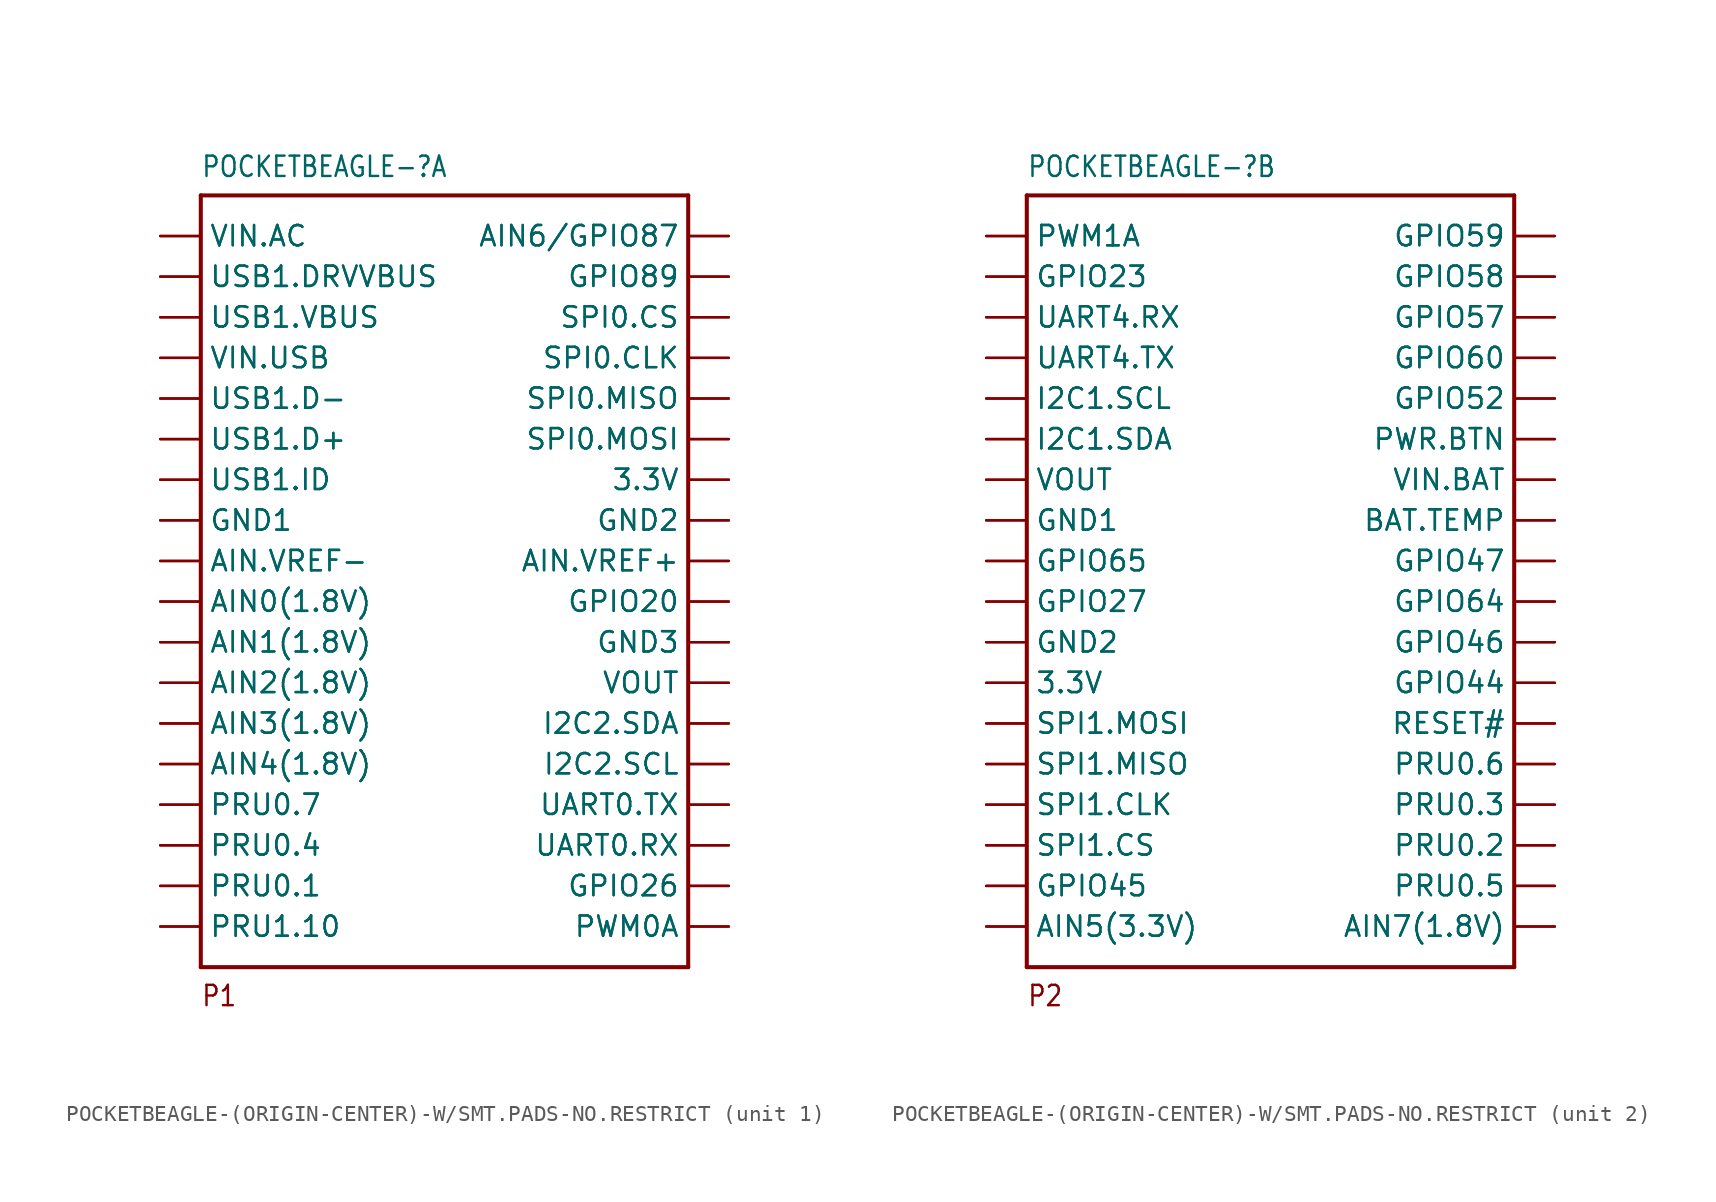
<source format=kicad_sym>
(kicad_symbol_lib
  (version 20231120)
  (generator "kicad_symbol_editor")
  (generator_version "8.0")
  (symbol "POCKETBEAGLE-(ORIGIN-CENTER)-W/SMT.PADS-NO.RESTRICT"
    (property "Reference" "POCKETBEAGLE-"
      (at -15.24 27.94 0)
      (effects (font (size 1.27 1.079)) (justify left top)))
    (property "ki_locked" ""
      (at 0 0 0)
      (effects (font (size 1.27 1.27))))
    (symbol "POCKETBEAGLE-(ORIGIN-CENTER)-W/SMT.PADS-NO.RESTRICT_1_0"
      (polyline (pts (xy -15.24 -22.86) (xy -15.24 25.4)) (stroke (width 0.254) (type solid)) (fill (type none)))
      (polyline (pts (xy -15.24 25.4) (xy 15.24 25.4)) (stroke (width 0.254) (type solid)) (fill (type none)))
      (polyline (pts (xy 15.24 -22.86) (xy -15.24 -22.86)) (stroke (width 0.254) (type solid)) (fill (type none)))
      (polyline (pts (xy 15.24 25.4) (xy 15.24 -22.86)) (stroke (width 0.254) (type solid)) (fill (type none)))
      (text "P1" (at -15.24 -25.4 0) (effects (font (size 1.27 1.079)) (justify left bottom)))
      (pin bidirectional line (at -17.78 22.86 0) (length 2.54) (name "VIN.AC" (effects (font (size 1.27 1.27)))) (number "P1.1" (effects (font (size 0 0)))))
      (pin bidirectional line (at 17.78 12.7 180) (length 2.54) (name "SPI0.MISO" (effects (font (size 1.27 1.27)))) (number "P1.10" (effects (font (size 0 0)))))
      (pin bidirectional line (at -17.78 10.16 0) (length 2.54) (name "USB1.D+" (effects (font (size 1.27 1.27)))) (number "P1.11" (effects (font (size 0 0)))))
      (pin bidirectional line (at 17.78 10.16 180) (length 2.54) (name "SPI0.MOSI" (effects (font (size 1.27 1.27)))) (number "P1.12" (effects (font (size 0 0)))))
      (pin bidirectional line (at -17.78 7.62 0) (length 2.54) (name "USB1.ID" (effects (font (size 1.27 1.27)))) (number "P1.13" (effects (font (size 0 0)))))
      (pin bidirectional line (at 17.78 7.62 180) (length 2.54) (name "3.3V" (effects (font (size 1.27 1.27)))) (number "P1.14" (effects (font (size 0 0)))))
      (pin bidirectional line (at -17.78 5.08 0) (length 2.54) (name "GND1" (effects (font (size 1.27 1.27)))) (number "P1.15" (effects (font (size 0 0)))))
      (pin bidirectional line (at 17.78 5.08 180) (length 2.54) (name "GND2" (effects (font (size 1.27 1.27)))) (number "P1.16" (effects (font (size 0 0)))))
      (pin bidirectional line (at -17.78 2.54 0) (length 2.54) (name "AIN.VREF-" (effects (font (size 1.27 1.27)))) (number "P1.17" (effects (font (size 0 0)))))
      (pin bidirectional line (at 17.78 2.54 180) (length 2.54) (name "AIN.VREF+" (effects (font (size 1.27 1.27)))) (number "P1.18" (effects (font (size 0 0)))))
      (pin bidirectional line (at -17.78 0 0) (length 2.54) (name "AIN0(1.8V)" (effects (font (size 1.27 1.27)))) (number "P1.19" (effects (font (size 0 0)))))
      (pin bidirectional line (at 17.78 22.86 180) (length 2.54) (name "AIN6/GPIO87" (effects (font (size 1.27 1.27)))) (number "P1.2" (effects (font (size 0 0)))))
      (pin bidirectional line (at 17.78 0 180) (length 2.54) (name "GPIO20" (effects (font (size 1.27 1.27)))) (number "P1.20" (effects (font (size 0 0)))))
      (pin bidirectional line (at -17.78 -2.54 0) (length 2.54) (name "AIN1(1.8V)" (effects (font (size 1.27 1.27)))) (number "P1.21" (effects (font (size 0 0)))))
      (pin bidirectional line (at 17.78 -2.54 180) (length 2.54) (name "GND3" (effects (font (size 1.27 1.27)))) (number "P1.22" (effects (font (size 0 0)))))
      (pin bidirectional line (at -17.78 -5.08 0) (length 2.54) (name "AIN2(1.8V)" (effects (font (size 1.27 1.27)))) (number "P1.23" (effects (font (size 0 0)))))
      (pin bidirectional line (at 17.78 -5.08 180) (length 2.54) (name "VOUT" (effects (font (size 1.27 1.27)))) (number "P1.24" (effects (font (size 0 0)))))
      (pin bidirectional line (at -17.78 -7.62 0) (length 2.54) (name "AIN3(1.8V)" (effects (font (size 1.27 1.27)))) (number "P1.25" (effects (font (size 0 0)))))
      (pin bidirectional line (at 17.78 -7.62 180) (length 2.54) (name "I2C2.SDA" (effects (font (size 1.27 1.27)))) (number "P1.26" (effects (font (size 0 0)))))
      (pin bidirectional line (at -17.78 -10.16 0) (length 2.54) (name "AIN4(1.8V)" (effects (font (size 1.27 1.27)))) (number "P1.27" (effects (font (size 0 0)))))
      (pin bidirectional line (at 17.78 -10.16 180) (length 2.54) (name "I2C2.SCL" (effects (font (size 1.27 1.27)))) (number "P1.28" (effects (font (size 0 0)))))
      (pin bidirectional line (at -17.78 -12.7 0) (length 2.54) (name "PRU0.7" (effects (font (size 1.27 1.27)))) (number "P1.29" (effects (font (size 0 0)))))
      (pin bidirectional line (at -17.78 20.32 0) (length 2.54) (name "USB1.DRVVBUS" (effects (font (size 1.27 1.27)))) (number "P1.3" (effects (font (size 0 0)))))
      (pin bidirectional line (at 17.78 -12.7 180) (length 2.54) (name "UART0.TX" (effects (font (size 1.27 1.27)))) (number "P1.30" (effects (font (size 0 0)))))
      (pin bidirectional line (at -17.78 -15.24 0) (length 2.54) (name "PRU0.4" (effects (font (size 1.27 1.27)))) (number "P1.31" (effects (font (size 0 0)))))
      (pin bidirectional line (at 17.78 -15.24 180) (length 2.54) (name "UART0.RX" (effects (font (size 1.27 1.27)))) (number "P1.32" (effects (font (size 0 0)))))
      (pin bidirectional line (at -17.78 -17.78 0) (length 2.54) (name "PRU0.1" (effects (font (size 1.27 1.27)))) (number "P1.33" (effects (font (size 0 0)))))
      (pin bidirectional line (at 17.78 -17.78 180) (length 2.54) (name "GPIO26" (effects (font (size 1.27 1.27)))) (number "P1.34" (effects (font (size 0 0)))))
      (pin bidirectional line (at -17.78 -20.32 0) (length 2.54) (name "PRU1.10" (effects (font (size 1.27 1.27)))) (number "P1.35" (effects (font (size 0 0)))))
      (pin bidirectional line (at 17.78 -20.32 180) (length 2.54) (name "PWM0A" (effects (font (size 1.27 1.27)))) (number "P1.36" (effects (font (size 0 0)))))
      (pin bidirectional line (at 17.78 20.32 180) (length 2.54) (name "GPIO89" (effects (font (size 1.27 1.27)))) (number "P1.4" (effects (font (size 0 0)))))
      (pin bidirectional line (at -17.78 17.78 0) (length 2.54) (name "USB1.VBUS" (effects (font (size 1.27 1.27)))) (number "P1.5" (effects (font (size 0 0)))))
      (pin bidirectional line (at 17.78 17.78 180) (length 2.54) (name "SPI0.CS" (effects (font (size 1.27 1.27)))) (number "P1.6" (effects (font (size 0 0)))))
      (pin bidirectional line (at -17.78 15.24 0) (length 2.54) (name "VIN.USB" (effects (font (size 1.27 1.27)))) (number "P1.7" (effects (font (size 0 0)))))
      (pin bidirectional line (at 17.78 15.24 180) (length 2.54) (name "SPI0.CLK" (effects (font (size 1.27 1.27)))) (number "P1.8" (effects (font (size 0 0)))))
      (pin bidirectional line (at -17.78 12.7 0) (length 2.54) (name "USB1.D-" (effects (font (size 1.27 1.27)))) (number "P1.9" (effects (font (size 0 0)))))
      (pin bidirectional line (at -17.78 22.86 0) (length 2.54) (name "VIN.AC" (effects (font (size 1.27 1.27)))) (number "SMT1.1" (effects (font (size 0 0)))))
      (pin bidirectional line (at 17.78 12.7 180) (length 2.54) (name "SPI0.MISO" (effects (font (size 1.27 1.27)))) (number "SMT1.10" (effects (font (size 0 0)))))
      (pin bidirectional line (at -17.78 10.16 0) (length 2.54) (name "USB1.D+" (effects (font (size 1.27 1.27)))) (number "SMT1.11" (effects (font (size 0 0)))))
      (pin bidirectional line (at 17.78 10.16 180) (length 2.54) (name "SPI0.MOSI" (effects (font (size 1.27 1.27)))) (number "SMT1.12" (effects (font (size 0 0)))))
      (pin bidirectional line (at -17.78 7.62 0) (length 2.54) (name "USB1.ID" (effects (font (size 1.27 1.27)))) (number "SMT1.13" (effects (font (size 0 0)))))
      (pin bidirectional line (at 17.78 7.62 180) (length 2.54) (name "3.3V" (effects (font (size 1.27 1.27)))) (number "SMT1.14" (effects (font (size 0 0)))))
      (pin bidirectional line (at -17.78 5.08 0) (length 2.54) (name "GND1" (effects (font (size 1.27 1.27)))) (number "SMT1.15" (effects (font (size 0 0)))))
      (pin bidirectional line (at 17.78 5.08 180) (length 2.54) (name "GND2" (effects (font (size 1.27 1.27)))) (number "SMT1.16" (effects (font (size 0 0)))))
      (pin bidirectional line (at -17.78 2.54 0) (length 2.54) (name "AIN.VREF-" (effects (font (size 1.27 1.27)))) (number "SMT1.17" (effects (font (size 0 0)))))
      (pin bidirectional line (at 17.78 2.54 180) (length 2.54) (name "AIN.VREF+" (effects (font (size 1.27 1.27)))) (number "SMT1.18" (effects (font (size 0 0)))))
      (pin bidirectional line (at -17.78 0 0) (length 2.54) (name "AIN0(1.8V)" (effects (font (size 1.27 1.27)))) (number "SMT1.19" (effects (font (size 0 0)))))
      (pin bidirectional line (at 17.78 22.86 180) (length 2.54) (name "AIN6/GPIO87" (effects (font (size 1.27 1.27)))) (number "SMT1.2" (effects (font (size 0 0)))))
      (pin bidirectional line (at 17.78 0 180) (length 2.54) (name "GPIO20" (effects (font (size 1.27 1.27)))) (number "SMT1.20" (effects (font (size 0 0)))))
      (pin bidirectional line (at -17.78 -2.54 0) (length 2.54) (name "AIN1(1.8V)" (effects (font (size 1.27 1.27)))) (number "SMT1.21" (effects (font (size 0 0)))))
      (pin bidirectional line (at 17.78 -2.54 180) (length 2.54) (name "GND3" (effects (font (size 1.27 1.27)))) (number "SMT1.22" (effects (font (size 0 0)))))
      (pin bidirectional line (at -17.78 -5.08 0) (length 2.54) (name "AIN2(1.8V)" (effects (font (size 1.27 1.27)))) (number "SMT1.23" (effects (font (size 0 0)))))
      (pin bidirectional line (at 17.78 -5.08 180) (length 2.54) (name "VOUT" (effects (font (size 1.27 1.27)))) (number "SMT1.24" (effects (font (size 0 0)))))
      (pin bidirectional line (at -17.78 -7.62 0) (length 2.54) (name "AIN3(1.8V)" (effects (font (size 1.27 1.27)))) (number "SMT1.25" (effects (font (size 0 0)))))
      (pin bidirectional line (at 17.78 -7.62 180) (length 2.54) (name "I2C2.SDA" (effects (font (size 1.27 1.27)))) (number "SMT1.26" (effects (font (size 0 0)))))
      (pin bidirectional line (at -17.78 -10.16 0) (length 2.54) (name "AIN4(1.8V)" (effects (font (size 1.27 1.27)))) (number "SMT1.27" (effects (font (size 0 0)))))
      (pin bidirectional line (at 17.78 -10.16 180) (length 2.54) (name "I2C2.SCL" (effects (font (size 1.27 1.27)))) (number "SMT1.28" (effects (font (size 0 0)))))
      (pin bidirectional line (at -17.78 -12.7 0) (length 2.54) (name "PRU0.7" (effects (font (size 1.27 1.27)))) (number "SMT1.29" (effects (font (size 0 0)))))
      (pin bidirectional line (at -17.78 20.32 0) (length 2.54) (name "USB1.DRVVBUS" (effects (font (size 1.27 1.27)))) (number "SMT1.3" (effects (font (size 0 0)))))
      (pin bidirectional line (at 17.78 -12.7 180) (length 2.54) (name "UART0.TX" (effects (font (size 1.27 1.27)))) (number "SMT1.30" (effects (font (size 0 0)))))
      (pin bidirectional line (at -17.78 -15.24 0) (length 2.54) (name "PRU0.4" (effects (font (size 1.27 1.27)))) (number "SMT1.31" (effects (font (size 0 0)))))
      (pin bidirectional line (at 17.78 -15.24 180) (length 2.54) (name "UART0.RX" (effects (font (size 1.27 1.27)))) (number "SMT1.32" (effects (font (size 0 0)))))
      (pin bidirectional line (at -17.78 -17.78 0) (length 2.54) (name "PRU0.1" (effects (font (size 1.27 1.27)))) (number "SMT1.33" (effects (font (size 0 0)))))
      (pin bidirectional line (at 17.78 -17.78 180) (length 2.54) (name "GPIO26" (effects (font (size 1.27 1.27)))) (number "SMT1.34" (effects (font (size 0 0)))))
      (pin bidirectional line (at -17.78 -20.32 0) (length 2.54) (name "PRU1.10" (effects (font (size 1.27 1.27)))) (number "SMT1.35" (effects (font (size 0 0)))))
      (pin bidirectional line (at 17.78 -20.32 180) (length 2.54) (name "PWM0A" (effects (font (size 1.27 1.27)))) (number "SMT1.36" (effects (font (size 0 0)))))
      (pin bidirectional line (at 17.78 20.32 180) (length 2.54) (name "GPIO89" (effects (font (size 1.27 1.27)))) (number "SMT1.4" (effects (font (size 0 0)))))
      (pin bidirectional line (at -17.78 17.78 0) (length 2.54) (name "USB1.VBUS" (effects (font (size 1.27 1.27)))) (number "SMT1.5" (effects (font (size 0 0)))))
      (pin bidirectional line (at 17.78 17.78 180) (length 2.54) (name "SPI0.CS" (effects (font (size 1.27 1.27)))) (number "SMT1.6" (effects (font (size 0 0)))))
      (pin bidirectional line (at -17.78 15.24 0) (length 2.54) (name "VIN.USB" (effects (font (size 1.27 1.27)))) (number "SMT1.7" (effects (font (size 0 0)))))
      (pin bidirectional line (at 17.78 15.24 180) (length 2.54) (name "SPI0.CLK" (effects (font (size 1.27 1.27)))) (number "SMT1.8" (effects (font (size 0 0)))))
      (pin bidirectional line (at -17.78 12.7 0) (length 2.54) (name "USB1.D-" (effects (font (size 1.27 1.27)))) (number "SMT1.9" (effects (font (size 0 0))))))
    (symbol "POCKETBEAGLE-(ORIGIN-CENTER)-W/SMT.PADS-NO.RESTRICT_2_0"
      (polyline (pts (xy -15.24 -22.86) (xy -15.24 25.4)) (stroke (width 0.254) (type solid)) (fill (type none)))
      (polyline (pts (xy -15.24 25.4) (xy 15.24 25.4)) (stroke (width 0.254) (type solid)) (fill (type none)))
      (polyline (pts (xy 15.24 -22.86) (xy -15.24 -22.86)) (stroke (width 0.254) (type solid)) (fill (type none)))
      (polyline (pts (xy 15.24 25.4) (xy 15.24 -22.86)) (stroke (width 0.254) (type solid)) (fill (type none)))
      (text "P2" (at -15.24 -25.4 0) (effects (font (size 1.27 1.079)) (justify left bottom)))
      (pin bidirectional line (at -17.78 22.86 0) (length 2.54) (name "PWM1A" (effects (font (size 1.27 1.27)))) (number "P2.1" (effects (font (size 0 0)))))
      (pin bidirectional line (at 17.78 12.7 180) (length 2.54) (name "GPIO52" (effects (font (size 1.27 1.27)))) (number "P2.10" (effects (font (size 0 0)))))
      (pin bidirectional line (at -17.78 10.16 0) (length 2.54) (name "I2C1.SDA" (effects (font (size 1.27 1.27)))) (number "P2.11" (effects (font (size 0 0)))))
      (pin bidirectional line (at 17.78 10.16 180) (length 2.54) (name "PWR.BTN" (effects (font (size 1.27 1.27)))) (number "P2.12" (effects (font (size 0 0)))))
      (pin bidirectional line (at -17.78 7.62 0) (length 2.54) (name "VOUT" (effects (font (size 1.27 1.27)))) (number "P2.13" (effects (font (size 0 0)))))
      (pin bidirectional line (at 17.78 7.62 180) (length 2.54) (name "VIN.BAT" (effects (font (size 1.27 1.27)))) (number "P2.14" (effects (font (size 0 0)))))
      (pin bidirectional line (at -17.78 5.08 0) (length 2.54) (name "GND1" (effects (font (size 1.27 1.27)))) (number "P2.15" (effects (font (size 0 0)))))
      (pin bidirectional line (at 17.78 5.08 180) (length 2.54) (name "BAT.TEMP" (effects (font (size 1.27 1.27)))) (number "P2.16" (effects (font (size 0 0)))))
      (pin bidirectional line (at -17.78 2.54 0) (length 2.54) (name "GPIO65" (effects (font (size 1.27 1.27)))) (number "P2.17" (effects (font (size 0 0)))))
      (pin bidirectional line (at 17.78 2.54 180) (length 2.54) (name "GPIO47" (effects (font (size 1.27 1.27)))) (number "P2.18" (effects (font (size 0 0)))))
      (pin bidirectional line (at -17.78 0 0) (length 2.54) (name "GPIO27" (effects (font (size 1.27 1.27)))) (number "P2.19" (effects (font (size 0 0)))))
      (pin bidirectional line (at 17.78 22.86 180) (length 2.54) (name "GPIO59" (effects (font (size 1.27 1.27)))) (number "P2.2" (effects (font (size 0 0)))))
      (pin bidirectional line (at 17.78 0 180) (length 2.54) (name "GPIO64" (effects (font (size 1.27 1.27)))) (number "P2.20" (effects (font (size 0 0)))))
      (pin bidirectional line (at -17.78 -2.54 0) (length 2.54) (name "GND2" (effects (font (size 1.27 1.27)))) (number "P2.21" (effects (font (size 0 0)))))
      (pin bidirectional line (at 17.78 -2.54 180) (length 2.54) (name "GPIO46" (effects (font (size 1.27 1.27)))) (number "P2.22" (effects (font (size 0 0)))))
      (pin bidirectional line (at -17.78 -5.08 0) (length 2.54) (name "3.3V" (effects (font (size 1.27 1.27)))) (number "P2.23" (effects (font (size 0 0)))))
      (pin bidirectional line (at 17.78 -5.08 180) (length 2.54) (name "GPIO44" (effects (font (size 1.27 1.27)))) (number "P2.24" (effects (font (size 0 0)))))
      (pin bidirectional line (at -17.78 -7.62 0) (length 2.54) (name "SPI1.MOSI" (effects (font (size 1.27 1.27)))) (number "P2.25" (effects (font (size 0 0)))))
      (pin bidirectional line (at 17.78 -7.62 180) (length 2.54) (name "RESET#" (effects (font (size 1.27 1.27)))) (number "P2.26" (effects (font (size 0 0)))))
      (pin bidirectional line (at -17.78 -10.16 0) (length 2.54) (name "SPI1.MISO" (effects (font (size 1.27 1.27)))) (number "P2.27" (effects (font (size 0 0)))))
      (pin bidirectional line (at 17.78 -10.16 180) (length 2.54) (name "PRU0.6" (effects (font (size 1.27 1.27)))) (number "P2.28" (effects (font (size 0 0)))))
      (pin bidirectional line (at -17.78 -12.7 0) (length 2.54) (name "SPI1.CLK" (effects (font (size 1.27 1.27)))) (number "P2.29" (effects (font (size 0 0)))))
      (pin bidirectional line (at -17.78 20.32 0) (length 2.54) (name "GPIO23" (effects (font (size 1.27 1.27)))) (number "P2.3" (effects (font (size 0 0)))))
      (pin bidirectional line (at 17.78 -12.7 180) (length 2.54) (name "PRU0.3" (effects (font (size 1.27 1.27)))) (number "P2.30" (effects (font (size 0 0)))))
      (pin bidirectional line (at -17.78 -15.24 0) (length 2.54) (name "SPI1.CS" (effects (font (size 1.27 1.27)))) (number "P2.31" (effects (font (size 0 0)))))
      (pin bidirectional line (at 17.78 -15.24 180) (length 2.54) (name "PRU0.2" (effects (font (size 1.27 1.27)))) (number "P2.32" (effects (font (size 0 0)))))
      (pin bidirectional line (at -17.78 -17.78 0) (length 2.54) (name "GPIO45" (effects (font (size 1.27 1.27)))) (number "P2.33" (effects (font (size 0 0)))))
      (pin bidirectional line (at 17.78 -17.78 180) (length 2.54) (name "PRU0.5" (effects (font (size 1.27 1.27)))) (number "P2.34" (effects (font (size 0 0)))))
      (pin bidirectional line (at -17.78 -20.32 0) (length 2.54) (name "AIN5(3.3V)" (effects (font (size 1.27 1.27)))) (number "P2.35" (effects (font (size 0 0)))))
      (pin bidirectional line (at 17.78 -20.32 180) (length 2.54) (name "AIN7(1.8V)" (effects (font (size 1.27 1.27)))) (number "P2.36" (effects (font (size 0 0)))))
      (pin bidirectional line (at 17.78 20.32 180) (length 2.54) (name "GPIO58" (effects (font (size 1.27 1.27)))) (number "P2.4" (effects (font (size 0 0)))))
      (pin bidirectional line (at -17.78 17.78 0) (length 2.54) (name "UART4.RX" (effects (font (size 1.27 1.27)))) (number "P2.5" (effects (font (size 0 0)))))
      (pin bidirectional line (at 17.78 17.78 180) (length 2.54) (name "GPIO57" (effects (font (size 1.27 1.27)))) (number "P2.6" (effects (font (size 0 0)))))
      (pin bidirectional line (at -17.78 15.24 0) (length 2.54) (name "UART4.TX" (effects (font (size 1.27 1.27)))) (number "P2.7" (effects (font (size 0 0)))))
      (pin bidirectional line (at 17.78 15.24 180) (length 2.54) (name "GPIO60" (effects (font (size 1.27 1.27)))) (number "P2.8" (effects (font (size 0 0)))))
      (pin bidirectional line (at -17.78 12.7 0) (length 2.54) (name "I2C1.SCL" (effects (font (size 1.27 1.27)))) (number "P2.9" (effects (font (size 0 0)))))
      (pin bidirectional line (at -17.78 22.86 0) (length 2.54) (name "PWM1A" (effects (font (size 1.27 1.27)))) (number "SMT2.1" (effects (font (size 0 0)))))
      (pin bidirectional line (at 17.78 12.7 180) (length 2.54) (name "GPIO52" (effects (font (size 1.27 1.27)))) (number "SMT2.10" (effects (font (size 0 0)))))
      (pin bidirectional line (at -17.78 10.16 0) (length 2.54) (name "I2C1.SDA" (effects (font (size 1.27 1.27)))) (number "SMT2.11" (effects (font (size 0 0)))))
      (pin bidirectional line (at 17.78 10.16 180) (length 2.54) (name "PWR.BTN" (effects (font (size 1.27 1.27)))) (number "SMT2.12" (effects (font (size 0 0)))))
      (pin bidirectional line (at -17.78 7.62 0) (length 2.54) (name "VOUT" (effects (font (size 1.27 1.27)))) (number "SMT2.13" (effects (font (size 0 0)))))
      (pin bidirectional line (at 17.78 7.62 180) (length 2.54) (name "VIN.BAT" (effects (font (size 1.27 1.27)))) (number "SMT2.14" (effects (font (size 0 0)))))
      (pin bidirectional line (at -17.78 5.08 0) (length 2.54) (name "GND1" (effects (font (size 1.27 1.27)))) (number "SMT2.15" (effects (font (size 0 0)))))
      (pin bidirectional line (at 17.78 5.08 180) (length 2.54) (name "BAT.TEMP" (effects (font (size 1.27 1.27)))) (number "SMT2.16" (effects (font (size 0 0)))))
      (pin bidirectional line (at -17.78 2.54 0) (length 2.54) (name "GPIO65" (effects (font (size 1.27 1.27)))) (number "SMT2.17" (effects (font (size 0 0)))))
      (pin bidirectional line (at 17.78 2.54 180) (length 2.54) (name "GPIO47" (effects (font (size 1.27 1.27)))) (number "SMT2.18" (effects (font (size 0 0)))))
      (pin bidirectional line (at -17.78 0 0) (length 2.54) (name "GPIO27" (effects (font (size 1.27 1.27)))) (number "SMT2.19" (effects (font (size 0 0)))))
      (pin bidirectional line (at 17.78 22.86 180) (length 2.54) (name "GPIO59" (effects (font (size 1.27 1.27)))) (number "SMT2.2" (effects (font (size 0 0)))))
      (pin bidirectional line (at 17.78 0 180) (length 2.54) (name "GPIO64" (effects (font (size 1.27 1.27)))) (number "SMT2.20" (effects (font (size 0 0)))))
      (pin bidirectional line (at -17.78 -2.54 0) (length 2.54) (name "GND2" (effects (font (size 1.27 1.27)))) (number "SMT2.21" (effects (font (size 0 0)))))
      (pin bidirectional line (at 17.78 -2.54 180) (length 2.54) (name "GPIO46" (effects (font (size 1.27 1.27)))) (number "SMT2.22" (effects (font (size 0 0)))))
      (pin bidirectional line (at -17.78 -5.08 0) (length 2.54) (name "3.3V" (effects (font (size 1.27 1.27)))) (number "SMT2.23" (effects (font (size 0 0)))))
      (pin bidirectional line (at 17.78 -5.08 180) (length 2.54) (name "GPIO44" (effects (font (size 1.27 1.27)))) (number "SMT2.24" (effects (font (size 0 0)))))
      (pin bidirectional line (at -17.78 -7.62 0) (length 2.54) (name "SPI1.MOSI" (effects (font (size 1.27 1.27)))) (number "SMT2.25" (effects (font (size 0 0)))))
      (pin bidirectional line (at 17.78 -7.62 180) (length 2.54) (name "RESET#" (effects (font (size 1.27 1.27)))) (number "SMT2.26" (effects (font (size 0 0)))))
      (pin bidirectional line (at -17.78 -10.16 0) (length 2.54) (name "SPI1.MISO" (effects (font (size 1.27 1.27)))) (number "SMT2.27" (effects (font (size 0 0)))))
      (pin bidirectional line (at 17.78 -10.16 180) (length 2.54) (name "PRU0.6" (effects (font (size 1.27 1.27)))) (number "SMT2.28" (effects (font (size 0 0)))))
      (pin bidirectional line (at -17.78 -12.7 0) (length 2.54) (name "SPI1.CLK" (effects (font (size 1.27 1.27)))) (number "SMT2.29" (effects (font (size 0 0)))))
      (pin bidirectional line (at -17.78 20.32 0) (length 2.54) (name "GPIO23" (effects (font (size 1.27 1.27)))) (number "SMT2.3" (effects (font (size 0 0)))))
      (pin bidirectional line (at 17.78 -12.7 180) (length 2.54) (name "PRU0.3" (effects (font (size 1.27 1.27)))) (number "SMT2.30" (effects (font (size 0 0)))))
      (pin bidirectional line (at -17.78 -15.24 0) (length 2.54) (name "SPI1.CS" (effects (font (size 1.27 1.27)))) (number "SMT2.31" (effects (font (size 0 0)))))
      (pin bidirectional line (at 17.78 -15.24 180) (length 2.54) (name "PRU0.2" (effects (font (size 1.27 1.27)))) (number "SMT2.32" (effects (font (size 0 0)))))
      (pin bidirectional line (at -17.78 -17.78 0) (length 2.54) (name "GPIO45" (effects (font (size 1.27 1.27)))) (number "SMT2.33" (effects (font (size 0 0)))))
      (pin bidirectional line (at 17.78 -17.78 180) (length 2.54) (name "PRU0.5" (effects (font (size 1.27 1.27)))) (number "SMT2.34" (effects (font (size 0 0)))))
      (pin bidirectional line (at -17.78 -20.32 0) (length 2.54) (name "AIN5(3.3V)" (effects (font (size 1.27 1.27)))) (number "SMT2.35" (effects (font (size 0 0)))))
      (pin bidirectional line (at 17.78 -20.32 180) (length 2.54) (name "AIN7(1.8V)" (effects (font (size 1.27 1.27)))) (number "SMT2.36" (effects (font (size 0 0)))))
      (pin bidirectional line (at 17.78 20.32 180) (length 2.54) (name "GPIO58" (effects (font (size 1.27 1.27)))) (number "SMT2.4" (effects (font (size 0 0)))))
      (pin bidirectional line (at -17.78 17.78 0) (length 2.54) (name "UART4.RX" (effects (font (size 1.27 1.27)))) (number "SMT2.5" (effects (font (size 0 0)))))
      (pin bidirectional line (at 17.78 17.78 180) (length 2.54) (name "GPIO57" (effects (font (size 1.27 1.27)))) (number "SMT2.6" (effects (font (size 0 0)))))
      (pin bidirectional line (at -17.78 15.24 0) (length 2.54) (name "UART4.TX" (effects (font (size 1.27 1.27)))) (number "SMT2.7" (effects (font (size 0 0)))))
      (pin bidirectional line (at 17.78 15.24 180) (length 2.54) (name "GPIO60" (effects (font (size 1.27 1.27)))) (number "SMT2.8" (effects (font (size 0 0)))))
      (pin bidirectional line (at -17.78 12.7 0) (length 2.54) (name "I2C1.SCL" (effects (font (size 1.27 1.27)))) (number "SMT2.9" (effects (font (size 0 0))))))))
</source>
